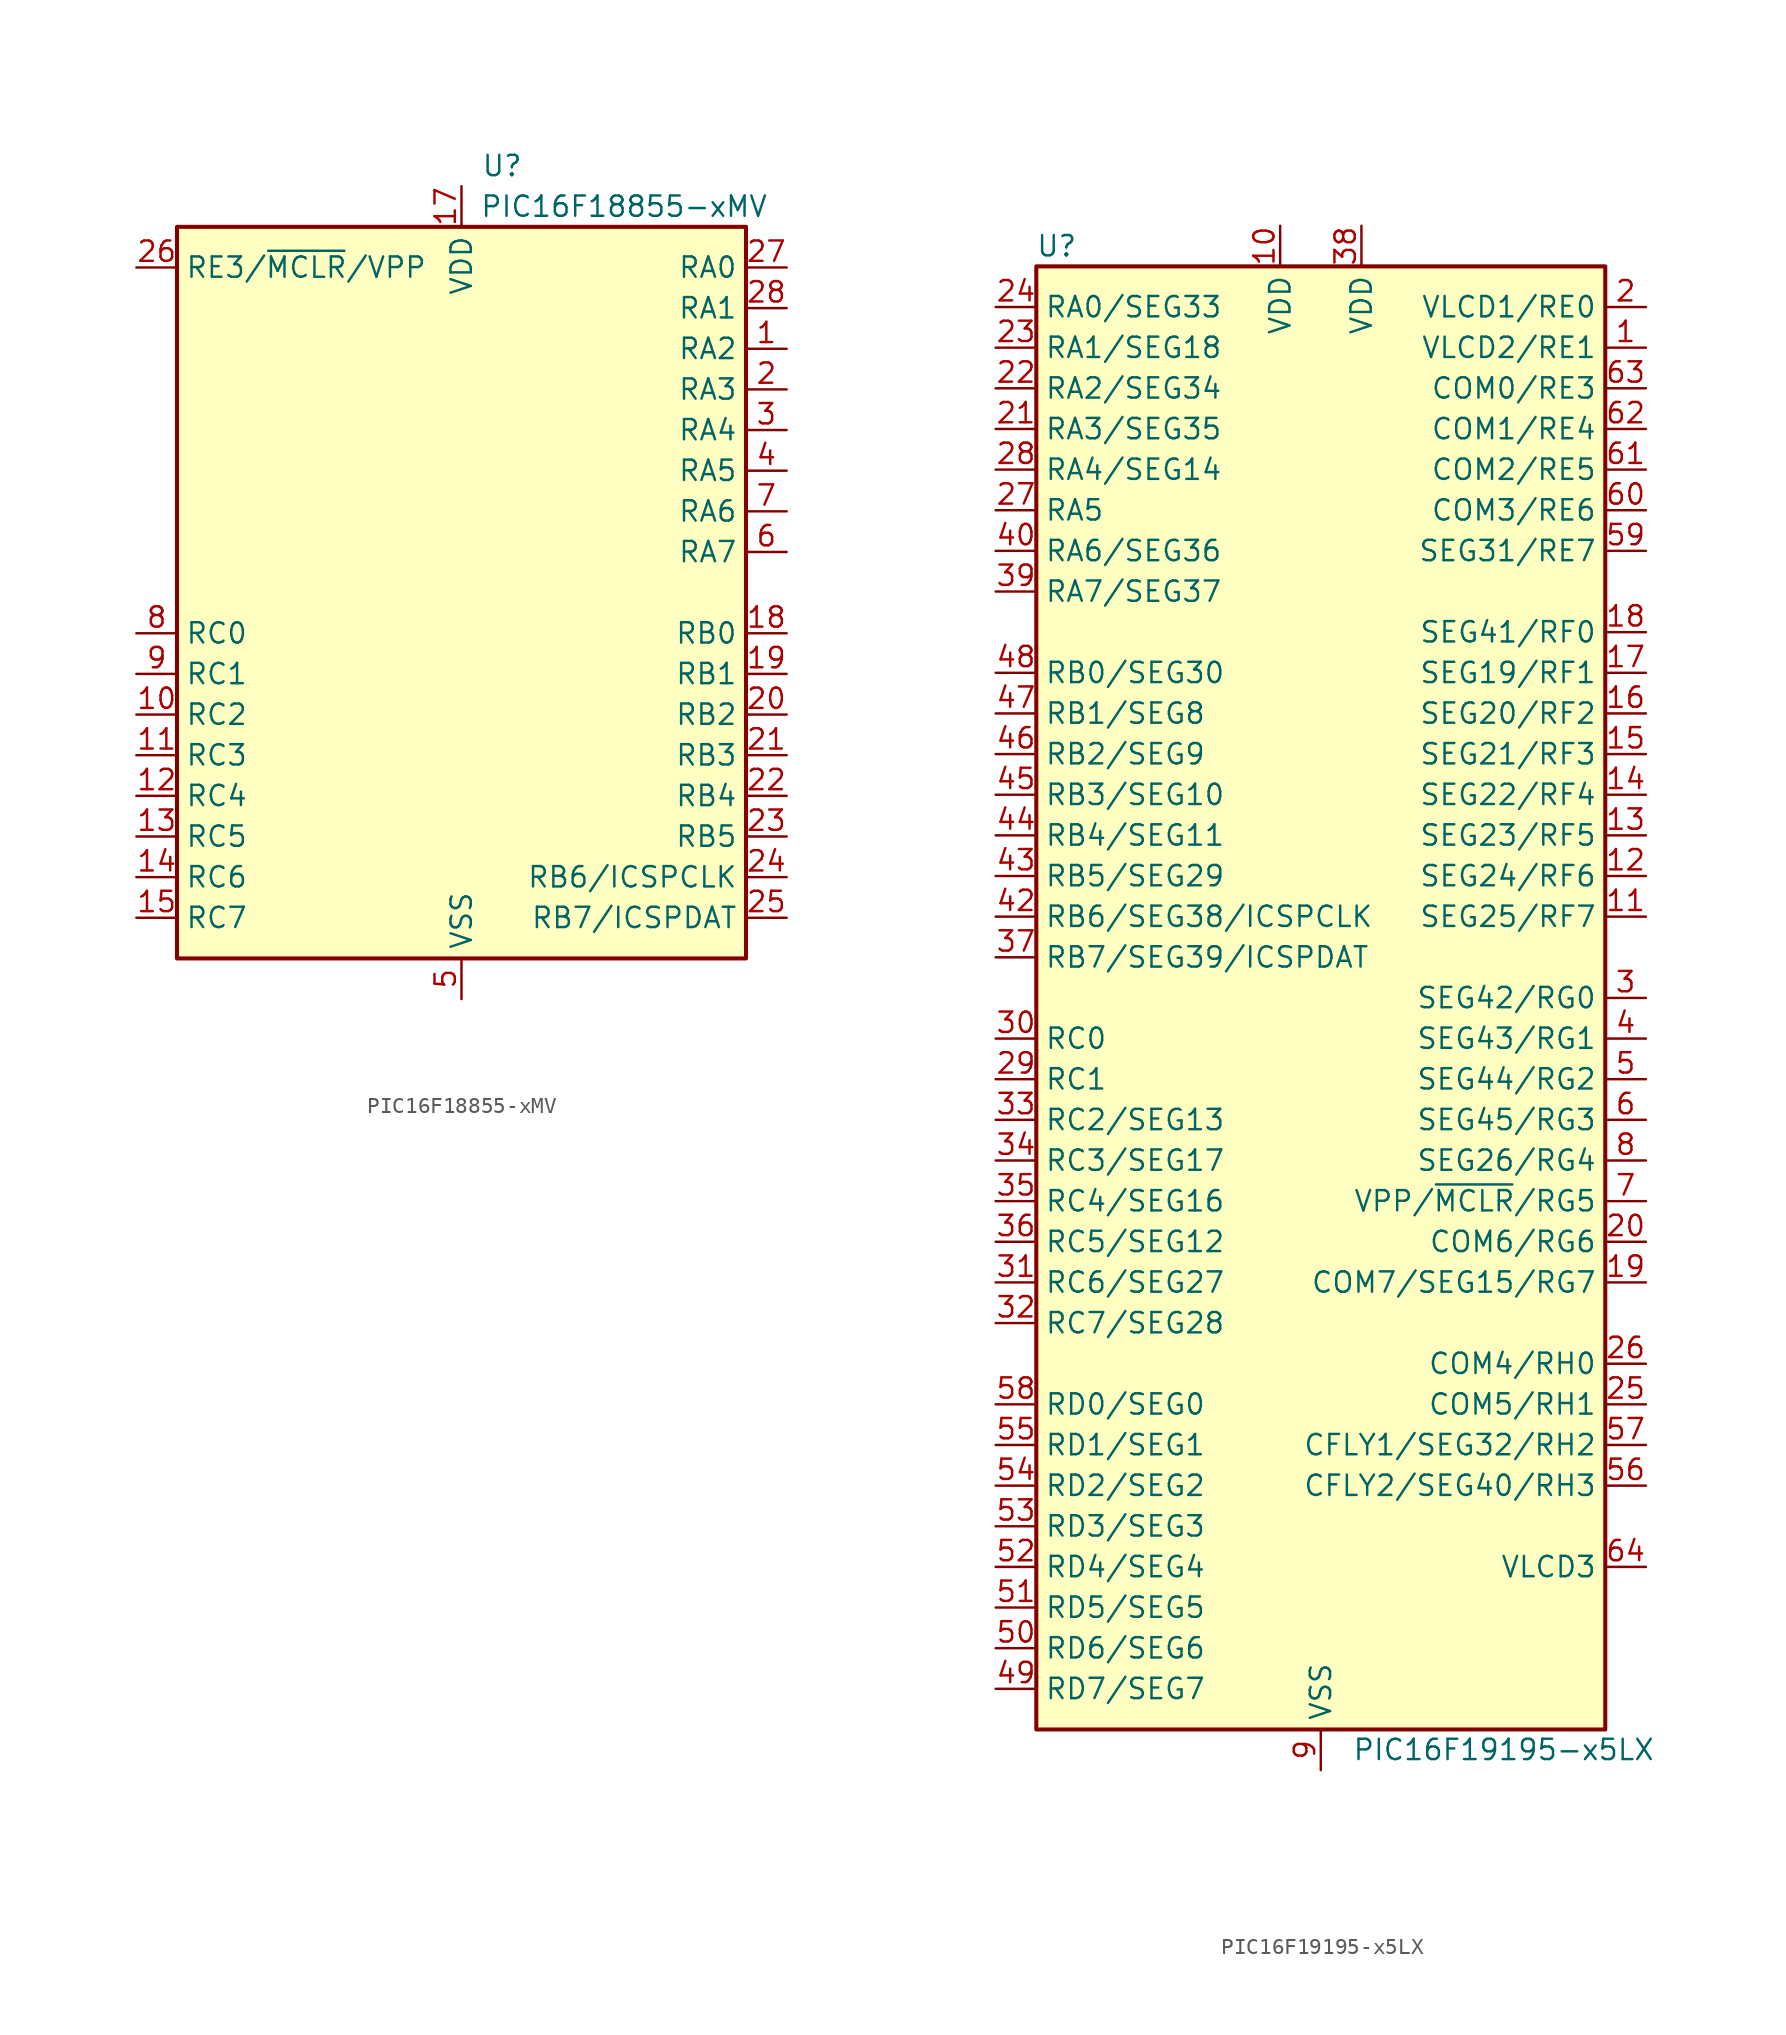
<source format=kicad_sym>
(kicad_symbol_lib
  (version 20201005)
  (generator kicad_symbol_editor)
  (symbol "PIC16F18855-xMV"
    (property "Reference" "U"
      (at 2.54 26.67 0)
      (effects (font (size 1.27 1.27))))
    (property "Value" "PIC16F18855-xMV"
      (at 10.16 24.13 0)
      (effects (font (size 1.27 1.27))))
    (symbol "PIC16F18855-xMV_0_0"
      (pin passive line (at 0 -25.4 90) (length 2.54) hide (name "VSS" (effects (font (size 1.27 1.27)))) (number "29" (effects (font (size 1.27 1.27))))))
    (symbol "PIC16F18855-xMV_0_1"
      (rectangle (start -17.78 22.86) (end 17.78 -22.86) (stroke (width 0.254)) (fill (type background))))
    (symbol "PIC16F18855-xMV_1_1"
      (pin bidirectional line (at 20.32 15.24 180) (length 2.54) (name "RA2" (effects (font (size 1.27 1.27)))) (number "1" (effects (font (size 1.27 1.27)))))
      (pin bidirectional line (at -20.32 -7.62 0) (length 2.54) (name "RC2" (effects (font (size 1.27 1.27)))) (number "10" (effects (font (size 1.27 1.27)))))
      (pin bidirectional line (at -20.32 -10.16 0) (length 2.54) (name "RC3" (effects (font (size 1.27 1.27)))) (number "11" (effects (font (size 1.27 1.27)))))
      (pin bidirectional line (at -20.32 -12.7 0) (length 2.54) (name "RC4" (effects (font (size 1.27 1.27)))) (number "12" (effects (font (size 1.27 1.27)))))
      (pin bidirectional line (at -20.32 -15.24 0) (length 2.54) (name "RC5" (effects (font (size 1.27 1.27)))) (number "13" (effects (font (size 1.27 1.27)))))
      (pin bidirectional line (at -20.32 -17.78 0) (length 2.54) (name "RC6" (effects (font (size 1.27 1.27)))) (number "14" (effects (font (size 1.27 1.27)))))
      (pin bidirectional line (at -20.32 -20.32 0) (length 2.54) (name "RC7" (effects (font (size 1.27 1.27)))) (number "15" (effects (font (size 1.27 1.27)))))
      (pin passive line (at 0 -25.4 90) (length 2.54) hide (name "VSS" (effects (font (size 1.27 1.27)))) (number "16" (effects (font (size 1.27 1.27)))))
      (pin power_in line (at 0 25.4 270) (length 2.54) (name "VDD" (effects (font (size 1.27 1.27)))) (number "17" (effects (font (size 1.27 1.27)))))
      (pin bidirectional line (at 20.32 -2.54 180) (length 2.54) (name "RB0" (effects (font (size 1.27 1.27)))) (number "18" (effects (font (size 1.27 1.27)))))
      (pin bidirectional line (at 20.32 -5.08 180) (length 2.54) (name "RB1" (effects (font (size 1.27 1.27)))) (number "19" (effects (font (size 1.27 1.27)))))
      (pin bidirectional line (at 20.32 12.7 180) (length 2.54) (name "RA3" (effects (font (size 1.27 1.27)))) (number "2" (effects (font (size 1.27 1.27)))))
      (pin bidirectional line (at 20.32 -7.62 180) (length 2.54) (name "RB2" (effects (font (size 1.27 1.27)))) (number "20" (effects (font (size 1.27 1.27)))))
      (pin bidirectional line (at 20.32 -10.16 180) (length 2.54) (name "RB3" (effects (font (size 1.27 1.27)))) (number "21" (effects (font (size 1.27 1.27)))))
      (pin bidirectional line (at 20.32 -12.7 180) (length 2.54) (name "RB4" (effects (font (size 1.27 1.27)))) (number "22" (effects (font (size 1.27 1.27)))))
      (pin bidirectional line (at 20.32 -15.24 180) (length 2.54) (name "RB5" (effects (font (size 1.27 1.27)))) (number "23" (effects (font (size 1.27 1.27)))))
      (pin bidirectional line (at 20.32 -17.78 180) (length 2.54) (name "RB6/ICSPCLK" (effects (font (size 1.27 1.27)))) (number "24" (effects (font (size 1.27 1.27)))))
      (pin bidirectional line (at 20.32 -20.32 180) (length 2.54) (name "RB7/ICSPDAT" (effects (font (size 1.27 1.27)))) (number "25" (effects (font (size 1.27 1.27)))))
      (pin input line (at -20.32 20.32 0) (length 2.54) (name "RE3/~MCLR~/VPP" (effects (font (size 1.27 1.27)))) (number "26" (effects (font (size 1.27 1.27)))))
      (pin bidirectional line (at 20.32 20.32 180) (length 2.54) (name "RA0" (effects (font (size 1.27 1.27)))) (number "27" (effects (font (size 1.27 1.27)))))
      (pin bidirectional line (at 20.32 17.78 180) (length 2.54) (name "RA1" (effects (font (size 1.27 1.27)))) (number "28" (effects (font (size 1.27 1.27)))))
      (pin bidirectional line (at 20.32 10.16 180) (length 2.54) (name "RA4" (effects (font (size 1.27 1.27)))) (number "3" (effects (font (size 1.27 1.27)))))
      (pin bidirectional line (at 20.32 7.62 180) (length 2.54) (name "RA5" (effects (font (size 1.27 1.27)))) (number "4" (effects (font (size 1.27 1.27)))))
      (pin power_in line (at 0 -25.4 90) (length 2.54) (name "VSS" (effects (font (size 1.27 1.27)))) (number "5" (effects (font (size 1.27 1.27)))))
      (pin bidirectional line (at 20.32 2.54 180) (length 2.54) (name "RA7" (effects (font (size 1.27 1.27)))) (number "6" (effects (font (size 1.27 1.27)))))
      (pin bidirectional line (at 20.32 5.08 180) (length 2.54) (name "RA6" (effects (font (size 1.27 1.27)))) (number "7" (effects (font (size 1.27 1.27)))))
      (pin bidirectional line (at -20.32 -2.54 0) (length 2.54) (name "RC0" (effects (font (size 1.27 1.27)))) (number "8" (effects (font (size 1.27 1.27)))))
      (pin bidirectional line (at -20.32 -5.08 0) (length 2.54) (name "RC1" (effects (font (size 1.27 1.27)))) (number "9" (effects (font (size 1.27 1.27)))))))
  (symbol "PIC16F19195-x5LX"
    (property "Reference" "U"
      (at -16.51 46.99 0)
      (effects (font (size 1.27 1.27))))
    (property "Value" "PIC16F19195-x5LX"
      (at 11.43 -46.99 0)
      (effects (font (size 1.27 1.27))))
    (symbol "PIC16F19195-x5LX_0_1"
      (rectangle (start -17.78 45.72) (end 17.78 -45.72) (stroke (width 0.254)) (fill (type background))))
    (symbol "PIC16F19195-x5LX_1_1"
      (pin bidirectional line (at 20.32 40.64 180) (length 2.54) (name "VLCD2/RE1" (effects (font (size 1.27 1.27)))) (number "1" (effects (font (size 1.27 1.27)))))
      (pin power_in line (at -2.54 48.26 270) (length 2.54) (name "VDD" (effects (font (size 1.27 1.27)))) (number "10" (effects (font (size 1.27 1.27)))))
      (pin bidirectional line (at 20.32 5.08 180) (length 2.54) (name "SEG25/RF7" (effects (font (size 1.27 1.27)))) (number "11" (effects (font (size 1.27 1.27)))))
      (pin bidirectional line (at 20.32 7.62 180) (length 2.54) (name "SEG24/RF6" (effects (font (size 1.27 1.27)))) (number "12" (effects (font (size 1.27 1.27)))))
      (pin bidirectional line (at 20.32 10.16 180) (length 2.54) (name "SEG23/RF5" (effects (font (size 1.27 1.27)))) (number "13" (effects (font (size 1.27 1.27)))))
      (pin bidirectional line (at 20.32 12.7 180) (length 2.54) (name "SEG22/RF4" (effects (font (size 1.27 1.27)))) (number "14" (effects (font (size 1.27 1.27)))))
      (pin bidirectional line (at 20.32 15.24 180) (length 2.54) (name "SEG21/RF3" (effects (font (size 1.27 1.27)))) (number "15" (effects (font (size 1.27 1.27)))))
      (pin bidirectional line (at 20.32 17.78 180) (length 2.54) (name "SEG20/RF2" (effects (font (size 1.27 1.27)))) (number "16" (effects (font (size 1.27 1.27)))))
      (pin bidirectional line (at 20.32 20.32 180) (length 2.54) (name "SEG19/RF1" (effects (font (size 1.27 1.27)))) (number "17" (effects (font (size 1.27 1.27)))))
      (pin bidirectional line (at 20.32 22.86 180) (length 2.54) (name "SEG41/RF0" (effects (font (size 1.27 1.27)))) (number "18" (effects (font (size 1.27 1.27)))))
      (pin bidirectional line (at 20.32 -17.78 180) (length 2.54) (name "COM7/SEG15/RG7" (effects (font (size 1.27 1.27)))) (number "19" (effects (font (size 1.27 1.27)))))
      (pin bidirectional line (at 20.32 43.18 180) (length 2.54) (name "VLCD1/RE0" (effects (font (size 1.27 1.27)))) (number "2" (effects (font (size 1.27 1.27)))))
      (pin bidirectional line (at 20.32 -15.24 180) (length 2.54) (name "COM6/RG6" (effects (font (size 1.27 1.27)))) (number "20" (effects (font (size 1.27 1.27)))))
      (pin bidirectional line (at -20.32 35.56 0) (length 2.54) (name "RA3/SEG35" (effects (font (size 1.27 1.27)))) (number "21" (effects (font (size 1.27 1.27)))))
      (pin bidirectional line (at -20.32 38.1 0) (length 2.54) (name "RA2/SEG34" (effects (font (size 1.27 1.27)))) (number "22" (effects (font (size 1.27 1.27)))))
      (pin bidirectional line (at -20.32 40.64 0) (length 2.54) (name "RA1/SEG18" (effects (font (size 1.27 1.27)))) (number "23" (effects (font (size 1.27 1.27)))))
      (pin bidirectional line (at -20.32 43.18 0) (length 2.54) (name "RA0/SEG33" (effects (font (size 1.27 1.27)))) (number "24" (effects (font (size 1.27 1.27)))))
      (pin bidirectional line (at 20.32 -25.4 180) (length 2.54) (name "COM5/RH1" (effects (font (size 1.27 1.27)))) (number "25" (effects (font (size 1.27 1.27)))))
      (pin bidirectional line (at 20.32 -22.86 180) (length 2.54) (name "COM4/RH0" (effects (font (size 1.27 1.27)))) (number "26" (effects (font (size 1.27 1.27)))))
      (pin bidirectional line (at -20.32 30.48 0) (length 2.54) (name "RA5" (effects (font (size 1.27 1.27)))) (number "27" (effects (font (size 1.27 1.27)))))
      (pin bidirectional line (at -20.32 33.02 0) (length 2.54) (name "RA4/SEG14" (effects (font (size 1.27 1.27)))) (number "28" (effects (font (size 1.27 1.27)))))
      (pin bidirectional line (at -20.32 -5.08 0) (length 2.54) (name "RC1" (effects (font (size 1.27 1.27)))) (number "29" (effects (font (size 1.27 1.27)))))
      (pin bidirectional line (at 20.32 0 180) (length 2.54) (name "SEG42/RG0" (effects (font (size 1.27 1.27)))) (number "3" (effects (font (size 1.27 1.27)))))
      (pin bidirectional line (at -20.32 -2.54 0) (length 2.54) (name "RC0" (effects (font (size 1.27 1.27)))) (number "30" (effects (font (size 1.27 1.27)))))
      (pin bidirectional line (at -20.32 -17.78 0) (length 2.54) (name "RC6/SEG27" (effects (font (size 1.27 1.27)))) (number "31" (effects (font (size 1.27 1.27)))))
      (pin bidirectional line (at -20.32 -20.32 0) (length 2.54) (name "RC7/SEG28" (effects (font (size 1.27 1.27)))) (number "32" (effects (font (size 1.27 1.27)))))
      (pin bidirectional line (at -20.32 -7.62 0) (length 2.54) (name "RC2/SEG13" (effects (font (size 1.27 1.27)))) (number "33" (effects (font (size 1.27 1.27)))))
      (pin bidirectional line (at -20.32 -10.16 0) (length 2.54) (name "RC3/SEG17" (effects (font (size 1.27 1.27)))) (number "34" (effects (font (size 1.27 1.27)))))
      (pin bidirectional line (at -20.32 -12.7 0) (length 2.54) (name "RC4/SEG16" (effects (font (size 1.27 1.27)))) (number "35" (effects (font (size 1.27 1.27)))))
      (pin bidirectional line (at -20.32 -15.24 0) (length 2.54) (name "RC5/SEG12" (effects (font (size 1.27 1.27)))) (number "36" (effects (font (size 1.27 1.27)))))
      (pin bidirectional line (at -20.32 2.54 0) (length 2.54) (name "RB7/SEG39/ICSPDAT" (effects (font (size 1.27 1.27)))) (number "37" (effects (font (size 1.27 1.27)))))
      (pin power_in line (at 2.54 48.26 270) (length 2.54) (name "VDD" (effects (font (size 1.27 1.27)))) (number "38" (effects (font (size 1.27 1.27)))))
      (pin bidirectional line (at -20.32 25.4 0) (length 2.54) (name "RA7/SEG37" (effects (font (size 1.27 1.27)))) (number "39" (effects (font (size 1.27 1.27)))))
      (pin bidirectional line (at 20.32 -2.54 180) (length 2.54) (name "SEG43/RG1" (effects (font (size 1.27 1.27)))) (number "4" (effects (font (size 1.27 1.27)))))
      (pin bidirectional line (at -20.32 27.94 0) (length 2.54) (name "RA6/SEG36" (effects (font (size 1.27 1.27)))) (number "40" (effects (font (size 1.27 1.27)))))
      (pin passive line (at 0 -48.26 90) (length 2.54) hide (name "VSS" (effects (font (size 1.27 1.27)))) (number "41" (effects (font (size 1.27 1.27)))))
      (pin bidirectional line (at -20.32 5.08 0) (length 2.54) (name "RB6/SEG38/ICSPCLK" (effects (font (size 1.27 1.27)))) (number "42" (effects (font (size 1.27 1.27)))))
      (pin bidirectional line (at -20.32 7.62 0) (length 2.54) (name "RB5/SEG29" (effects (font (size 1.27 1.27)))) (number "43" (effects (font (size 1.27 1.27)))))
      (pin bidirectional line (at -20.32 10.16 0) (length 2.54) (name "RB4/SEG11" (effects (font (size 1.27 1.27)))) (number "44" (effects (font (size 1.27 1.27)))))
      (pin bidirectional line (at -20.32 12.7 0) (length 2.54) (name "RB3/SEG10" (effects (font (size 1.27 1.27)))) (number "45" (effects (font (size 1.27 1.27)))))
      (pin bidirectional line (at -20.32 15.24 0) (length 2.54) (name "RB2/SEG9" (effects (font (size 1.27 1.27)))) (number "46" (effects (font (size 1.27 1.27)))))
      (pin bidirectional line (at -20.32 17.78 0) (length 2.54) (name "RB1/SEG8" (effects (font (size 1.27 1.27)))) (number "47" (effects (font (size 1.27 1.27)))))
      (pin bidirectional line (at -20.32 20.32 0) (length 2.54) (name "RB0/SEG30" (effects (font (size 1.27 1.27)))) (number "48" (effects (font (size 1.27 1.27)))))
      (pin bidirectional line (at -20.32 -43.18 0) (length 2.54) (name "RD7/SEG7" (effects (font (size 1.27 1.27)))) (number "49" (effects (font (size 1.27 1.27)))))
      (pin bidirectional line (at 20.32 -5.08 180) (length 2.54) (name "SEG44/RG2" (effects (font (size 1.27 1.27)))) (number "5" (effects (font (size 1.27 1.27)))))
      (pin bidirectional line (at -20.32 -40.64 0) (length 2.54) (name "RD6/SEG6" (effects (font (size 1.27 1.27)))) (number "50" (effects (font (size 1.27 1.27)))))
      (pin bidirectional line (at -20.32 -38.1 0) (length 2.54) (name "RD5/SEG5" (effects (font (size 1.27 1.27)))) (number "51" (effects (font (size 1.27 1.27)))))
      (pin bidirectional line (at -20.32 -35.56 0) (length 2.54) (name "RD4/SEG4" (effects (font (size 1.27 1.27)))) (number "52" (effects (font (size 1.27 1.27)))))
      (pin bidirectional line (at -20.32 -33.02 0) (length 2.54) (name "RD3/SEG3" (effects (font (size 1.27 1.27)))) (number "53" (effects (font (size 1.27 1.27)))))
      (pin bidirectional line (at -20.32 -30.48 0) (length 2.54) (name "RD2/SEG2" (effects (font (size 1.27 1.27)))) (number "54" (effects (font (size 1.27 1.27)))))
      (pin bidirectional line (at -20.32 -27.94 0) (length 2.54) (name "RD1/SEG1" (effects (font (size 1.27 1.27)))) (number "55" (effects (font (size 1.27 1.27)))))
      (pin bidirectional line (at 20.32 -30.48 180) (length 2.54) (name "CFLY2/SEG40/RH3" (effects (font (size 1.27 1.27)))) (number "56" (effects (font (size 1.27 1.27)))))
      (pin bidirectional line (at 20.32 -27.94 180) (length 2.54) (name "CFLY1/SEG32/RH2" (effects (font (size 1.27 1.27)))) (number "57" (effects (font (size 1.27 1.27)))))
      (pin bidirectional line (at -20.32 -25.4 0) (length 2.54) (name "RD0/SEG0" (effects (font (size 1.27 1.27)))) (number "58" (effects (font (size 1.27 1.27)))))
      (pin bidirectional line (at 20.32 27.94 180) (length 2.54) (name "SEG31/RE7" (effects (font (size 1.27 1.27)))) (number "59" (effects (font (size 1.27 1.27)))))
      (pin bidirectional line (at 20.32 -7.62 180) (length 2.54) (name "SEG45/RG3" (effects (font (size 1.27 1.27)))) (number "6" (effects (font (size 1.27 1.27)))))
      (pin bidirectional line (at 20.32 30.48 180) (length 2.54) (name "COM3/RE6" (effects (font (size 1.27 1.27)))) (number "60" (effects (font (size 1.27 1.27)))))
      (pin bidirectional line (at 20.32 33.02 180) (length 2.54) (name "COM2/RE5" (effects (font (size 1.27 1.27)))) (number "61" (effects (font (size 1.27 1.27)))))
      (pin bidirectional line (at 20.32 35.56 180) (length 2.54) (name "COM1/RE4" (effects (font (size 1.27 1.27)))) (number "62" (effects (font (size 1.27 1.27)))))
      (pin bidirectional line (at 20.32 38.1 180) (length 2.54) (name "COM0/RE3" (effects (font (size 1.27 1.27)))) (number "63" (effects (font (size 1.27 1.27)))))
      (pin input line (at 20.32 -35.56 180) (length 2.54) (name "VLCD3" (effects (font (size 1.27 1.27)))) (number "64" (effects (font (size 1.27 1.27)))))
      (pin passive line (at 0 -48.26 90) (length 2.54) hide (name "VSS" (effects (font (size 1.27 1.27)))) (number "65" (effects (font (size 1.27 1.27)))))
      (pin bidirectional line (at 20.32 -12.7 180) (length 2.54) (name "VPP/~MCLR~/RG5" (effects (font (size 1.27 1.27)))) (number "7" (effects (font (size 1.27 1.27)))))
      (pin bidirectional line (at 20.32 -10.16 180) (length 2.54) (name "SEG26/RG4" (effects (font (size 1.27 1.27)))) (number "8" (effects (font (size 1.27 1.27)))))
      (pin power_in line (at 0 -48.26 90) (length 2.54) (name "VSS" (effects (font (size 1.27 1.27)))) (number "9" (effects (font (size 1.27 1.27))))))))
</source>
